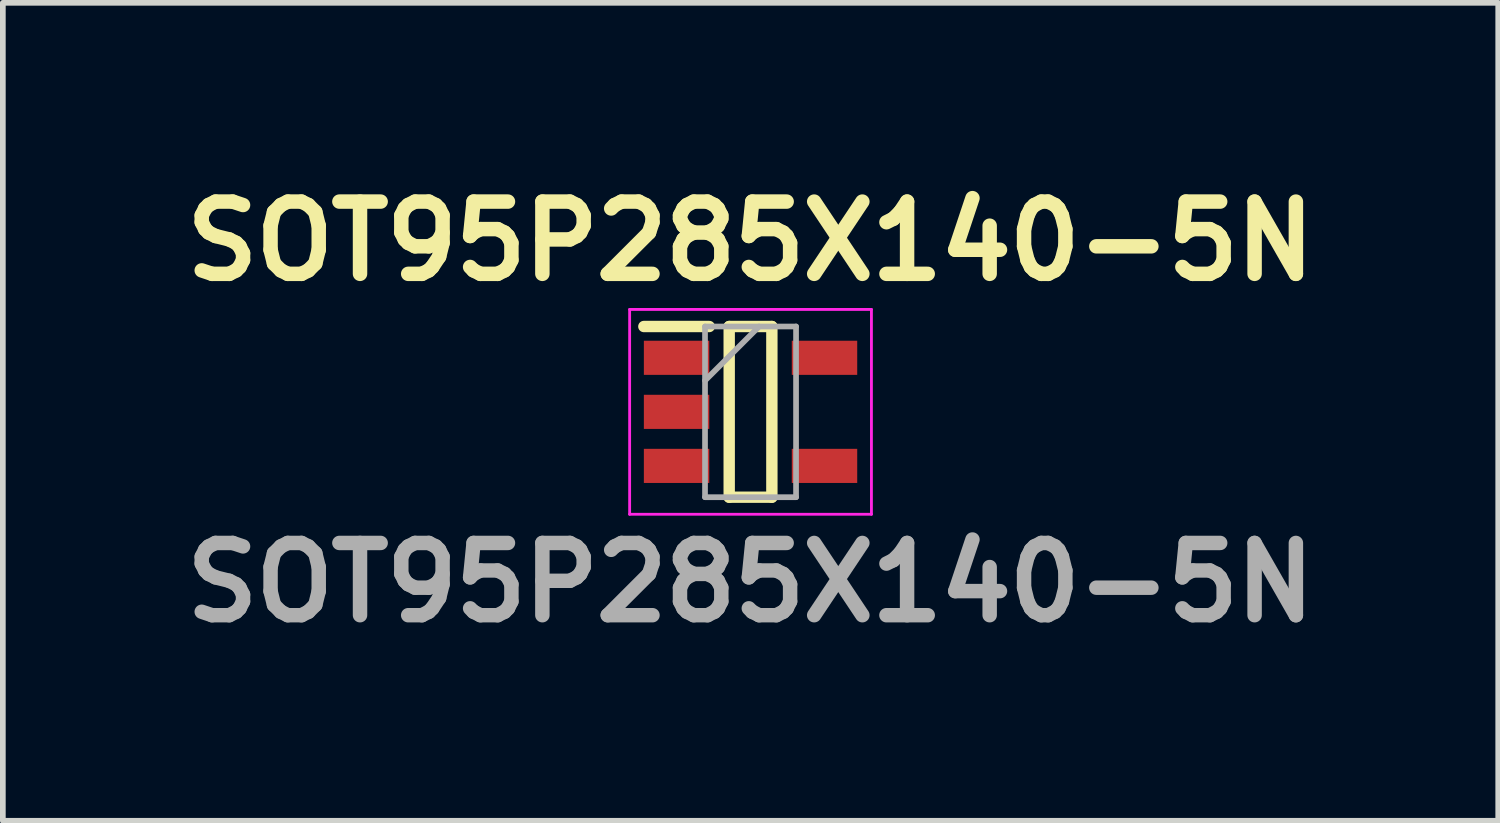
<source format=kicad_pcb>
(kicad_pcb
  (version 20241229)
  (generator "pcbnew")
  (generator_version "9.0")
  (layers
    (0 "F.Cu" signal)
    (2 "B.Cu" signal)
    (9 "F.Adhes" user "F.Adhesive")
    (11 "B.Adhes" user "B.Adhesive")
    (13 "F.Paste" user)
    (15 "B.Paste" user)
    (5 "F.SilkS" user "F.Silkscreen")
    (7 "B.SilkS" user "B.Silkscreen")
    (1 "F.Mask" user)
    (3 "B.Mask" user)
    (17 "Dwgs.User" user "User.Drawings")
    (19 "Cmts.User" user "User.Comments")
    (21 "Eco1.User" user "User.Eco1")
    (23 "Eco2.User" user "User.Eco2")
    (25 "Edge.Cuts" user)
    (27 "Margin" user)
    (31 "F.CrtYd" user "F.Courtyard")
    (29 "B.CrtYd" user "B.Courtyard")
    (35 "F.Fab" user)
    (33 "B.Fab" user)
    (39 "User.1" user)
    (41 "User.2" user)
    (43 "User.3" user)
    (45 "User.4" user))
  (footprint "SOT95P285X140-5N"
    (layer "F.Cu")
    (at 10.142 4.189)
    (property "Reference" "SOT95P285X140-5N" (at 0 -3 0) (layer "F.SilkS") (effects (font (size 1.27 1.27) (thickness 0.254))))
    (attr smd)
    (fp_line (start -1.875 -1.5) (end -0.725 -1.5) (stroke (width 0.2) (type solid)) (layer "F.SilkS"))
    (fp_line (start -0.375 -1.5) (end 0.375 -1.5) (stroke (width 0.2) (type solid)) (layer "F.SilkS"))
    (fp_line (start -0.375 1.5) (end -0.375 -1.5) (stroke (width 0.2) (type solid)) (layer "F.SilkS"))
    (fp_line (start 0.375 -1.5) (end 0.375 1.5) (stroke (width 0.2) (type solid)) (layer "F.SilkS"))
    (fp_line (start 0.375 1.5) (end -0.375 1.5) (stroke (width 0.2) (type solid)) (layer "F.SilkS"))
    (fp_line (start -2.125 -1.8) (end 2.125 -1.8) (stroke (width 0.05) (type solid)) (layer "F.CrtYd"))
    (fp_line (start -2.125 1.8) (end -2.125 -1.8) (stroke (width 0.05) (type solid)) (layer "F.CrtYd"))
    (fp_line (start 2.125 -1.8) (end 2.125 1.8) (stroke (width 0.05) (type solid)) (layer "F.CrtYd"))
    (fp_line (start 2.125 1.8) (end -2.125 1.8) (stroke (width 0.05) (type solid)) (layer "F.CrtYd"))
    (fp_line (start -0.8 -1.5) (end 0.8 -1.5) (stroke (width 0.1) (type solid)) (layer "F.Fab"))
    (fp_line (start -0.8 -0.55) (end 0.15 -1.5) (stroke (width 0.1) (type solid)) (layer "F.Fab"))
    (fp_line (start -0.8 1.5) (end -0.8 -1.5) (stroke (width 0.1) (type solid)) (layer "F.Fab"))
    (fp_line (start 0.8 -1.5) (end 0.8 1.5) (stroke (width 0.1) (type solid)) (layer "F.Fab"))
    (fp_line (start 0.8 1.5) (end -0.8 1.5) (stroke (width 0.1) (type solid)) (layer "F.Fab"))
    (fp_text user "${REFERENCE}" (at 0 3 0) (layer "F.Fab") (effects (font (size 1.27 1.27) (thickness 0.254))))
    (pad "1" smd rect (at -1.3 -0.95 90) (size 0.6 1.15) (layers "F.Cu" "F.Mask" "F.Paste"))
    (pad "2" smd rect (at -1.3 0 90) (size 0.6 1.15) (layers "F.Cu" "F.Mask" "F.Paste"))
    (pad "3" smd rect (at -1.3 0.95 90) (size 0.6 1.15) (layers "F.Cu" "F.Mask" "F.Paste"))
    (pad "4" smd rect (at 1.3 0.95 90) (size 0.6 1.15) (layers "F.Cu" "F.Mask" "F.Paste"))
    (pad "5" smd rect (at 1.3 -0.95 90) (size 0.6 1.15) (layers "F.Cu" "F.Mask" "F.Paste")))
  (gr_rect
    (start -3 -3)
    (end 23.284 11.377)
    (stroke (width 0.1) (type default))
    (fill no)
    (layer "Edge.Cuts")))
</source>
